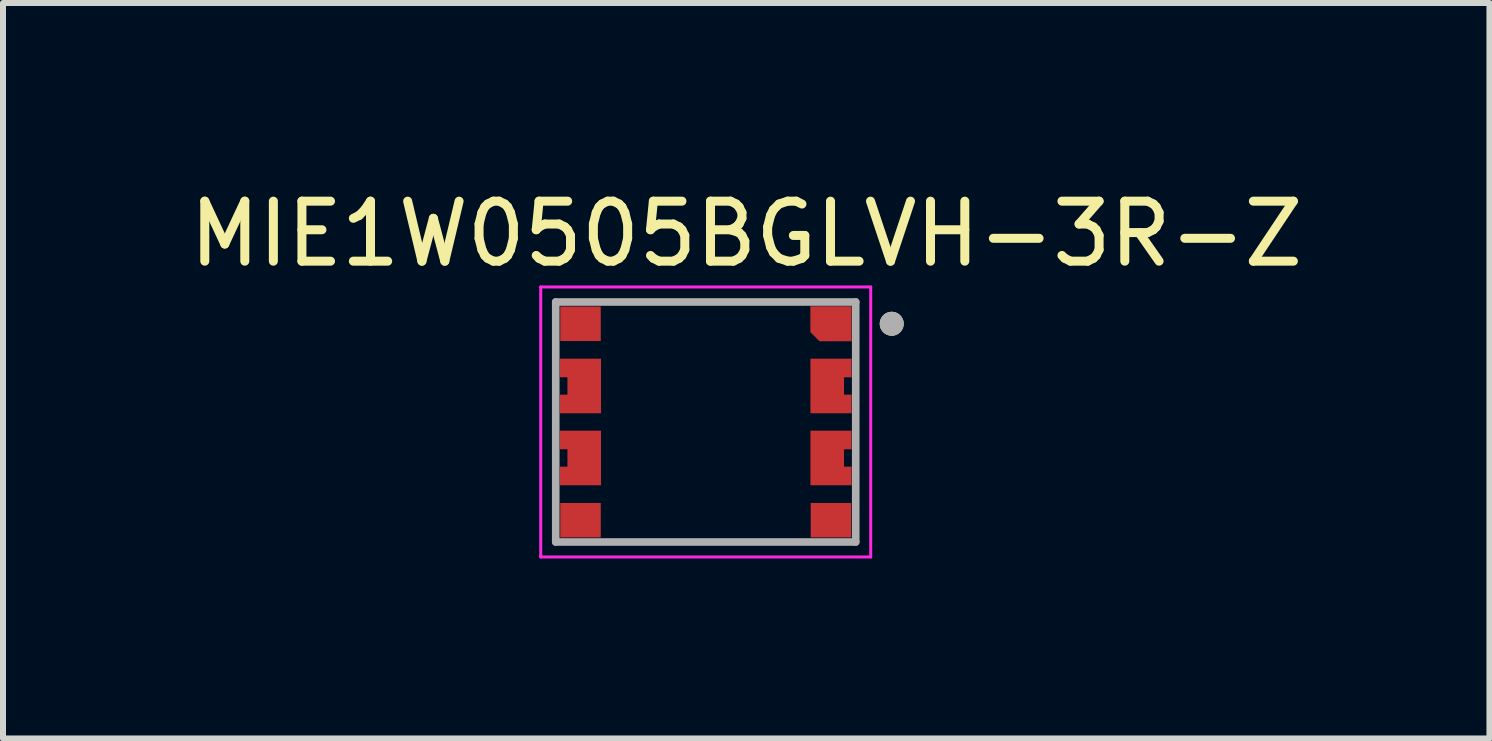
<source format=kicad_pcb>
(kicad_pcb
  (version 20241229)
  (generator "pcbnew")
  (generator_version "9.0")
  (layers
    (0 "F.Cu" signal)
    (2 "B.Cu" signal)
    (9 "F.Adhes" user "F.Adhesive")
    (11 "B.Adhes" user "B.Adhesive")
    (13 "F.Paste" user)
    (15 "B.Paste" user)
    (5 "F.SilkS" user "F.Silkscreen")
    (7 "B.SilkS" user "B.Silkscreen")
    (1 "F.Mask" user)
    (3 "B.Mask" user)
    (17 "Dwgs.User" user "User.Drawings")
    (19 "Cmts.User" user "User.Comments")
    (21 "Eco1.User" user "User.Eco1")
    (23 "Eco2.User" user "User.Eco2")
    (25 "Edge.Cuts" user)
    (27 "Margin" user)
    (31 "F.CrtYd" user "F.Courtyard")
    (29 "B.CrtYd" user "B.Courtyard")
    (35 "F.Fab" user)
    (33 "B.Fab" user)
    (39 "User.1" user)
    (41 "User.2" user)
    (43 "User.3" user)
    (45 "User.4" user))
  (footprint "MIE1W0505BGLVH-3R-Z"
    (layer "F.Cu")
    (at 8.712 3.983)
    (property "Reference" "MIE1W0505BGLVH-3R-Z" (at 0.675 -3.135 0) (layer "F.SilkS") (effects (font (size 1 1) (thickness 0.15))))
    (attr smd)
    (fp_circle (center 3.1 -1.637) (end 3.2 -1.637) (stroke (width 0.2) (type solid)) (fill no) (layer "F.SilkS"))
    (fp_line (start -2.75 -2.25) (end 2.75 -2.25) (stroke (width 0.05) (type solid)) (layer "F.CrtYd"))
    (fp_line (start -2.75 2.25) (end -2.75 -2.25) (stroke (width 0.05) (type solid)) (layer "F.CrtYd"))
    (fp_line (start 2.75 -2.25) (end 2.75 2.25) (stroke (width 0.05) (type solid)) (layer "F.CrtYd"))
    (fp_line (start 2.75 2.25) (end -2.75 2.25) (stroke (width 0.05) (type solid)) (layer "F.CrtYd"))
    (fp_line (start -2.5 -2) (end 2.5 -2) (stroke (width 0.127) (type solid)) (layer "F.Fab"))
    (fp_line (start -2.5 2) (end -2.5 -2) (stroke (width 0.127) (type solid)) (layer "F.Fab"))
    (fp_line (start 2.5 -2) (end 2.5 2) (stroke (width 0.127) (type solid)) (layer "F.Fab"))
    (fp_line (start 2.5 2) (end -2.5 2) (stroke (width 0.127) (type solid)) (layer "F.Fab"))
    (fp_circle (center 3.1 -1.637) (end 3.2 -1.637) (stroke (width 0.2) (type solid)) (fill no) (layer "F.Fab"))
    (pad "1" smd custom (at 2.087 -1.637) (size 0.3 0.3) (layers "F.Cu" "F.Mask" "F.Paste") (options (anchor rect)) (primitives (gr_poly (pts (xy -0.188 0.287) (xy -0.338 0.138) (xy -0.338 -0.287) (xy 0.338 -0.287) (xy 0.338 0.287)) (width 0.01) (fill yes))))
    (pad "2" smd rect (at -2.087 -1.637) (size 0.675 0.575) (layers "F.Cu" "F.Mask" "F.Paste"))
    (pad "3_4" smd custom (at -2.125 -0.6) (size 0.3 0.3) (layers "F.Cu" "F.Mask" "F.Paste") (options (anchor rect)) (primitives (gr_poly (pts (xy -0.3 0.15) (xy -0.3 0.45) (xy 0.375 0.45) (xy 0.375 -0.45) (xy -0.3 -0.45) (xy -0.3 -0.15) (xy -0.175 -0.15) (xy -0.175 0.15)) (width 0.01) (fill yes))))
    (pad "5_6" smd custom (at -2.125 0.6) (size 0.3 0.3) (layers "F.Cu" "F.Mask" "F.Paste") (options (anchor rect)) (primitives (gr_poly (pts (xy -0.3 0.15) (xy -0.3 0.45) (xy 0.375 0.45) (xy 0.375 -0.45) (xy -0.3 -0.45) (xy -0.3 -0.15) (xy -0.175 -0.15) (xy -0.175 0.15)) (width 0.01) (fill yes))))
    (pad "7" smd rect (at -2.087 1.637) (size 0.675 0.575) (layers "F.Cu" "F.Mask" "F.Paste"))
    (pad "8" smd rect (at 2.087 1.637) (size 0.675 0.575) (layers "F.Cu" "F.Mask" "F.Paste"))
    (pad "9_10" smd custom (at 2.125 0.6) (size 0.3 0.3) (layers "F.Cu" "F.Mask" "F.Paste") (options (anchor rect)) (primitives (gr_poly (pts (xy 0.3 0.45) (xy -0.375 0.45) (xy -0.375 -0.45) (xy 0.3 -0.45) (xy 0.3 -0.15) (xy 0.175 -0.15) (xy 0.175 0.15) (xy 0.3 0.15)) (width 0.01) (fill yes))))
    (pad "11_12" smd custom (at 2.125 -0.6) (size 0.3 0.3) (layers "F.Cu" "F.Mask" "F.Paste") (options (anchor rect)) (primitives (gr_poly (pts (xy 0.3 0.45) (xy -0.375 0.45) (xy -0.375 -0.45) (xy 0.3 -0.45) (xy 0.3 -0.15) (xy 0.175 -0.15) (xy 0.175 0.15) (xy 0.3 0.15)) (width 0.01) (fill yes)))))
  (gr_rect
    (start -3 -3)
    (end 21.774 9.258)
    (stroke (width 0.1) (type default))
    (fill no)
    (layer "Edge.Cuts")))
</source>
